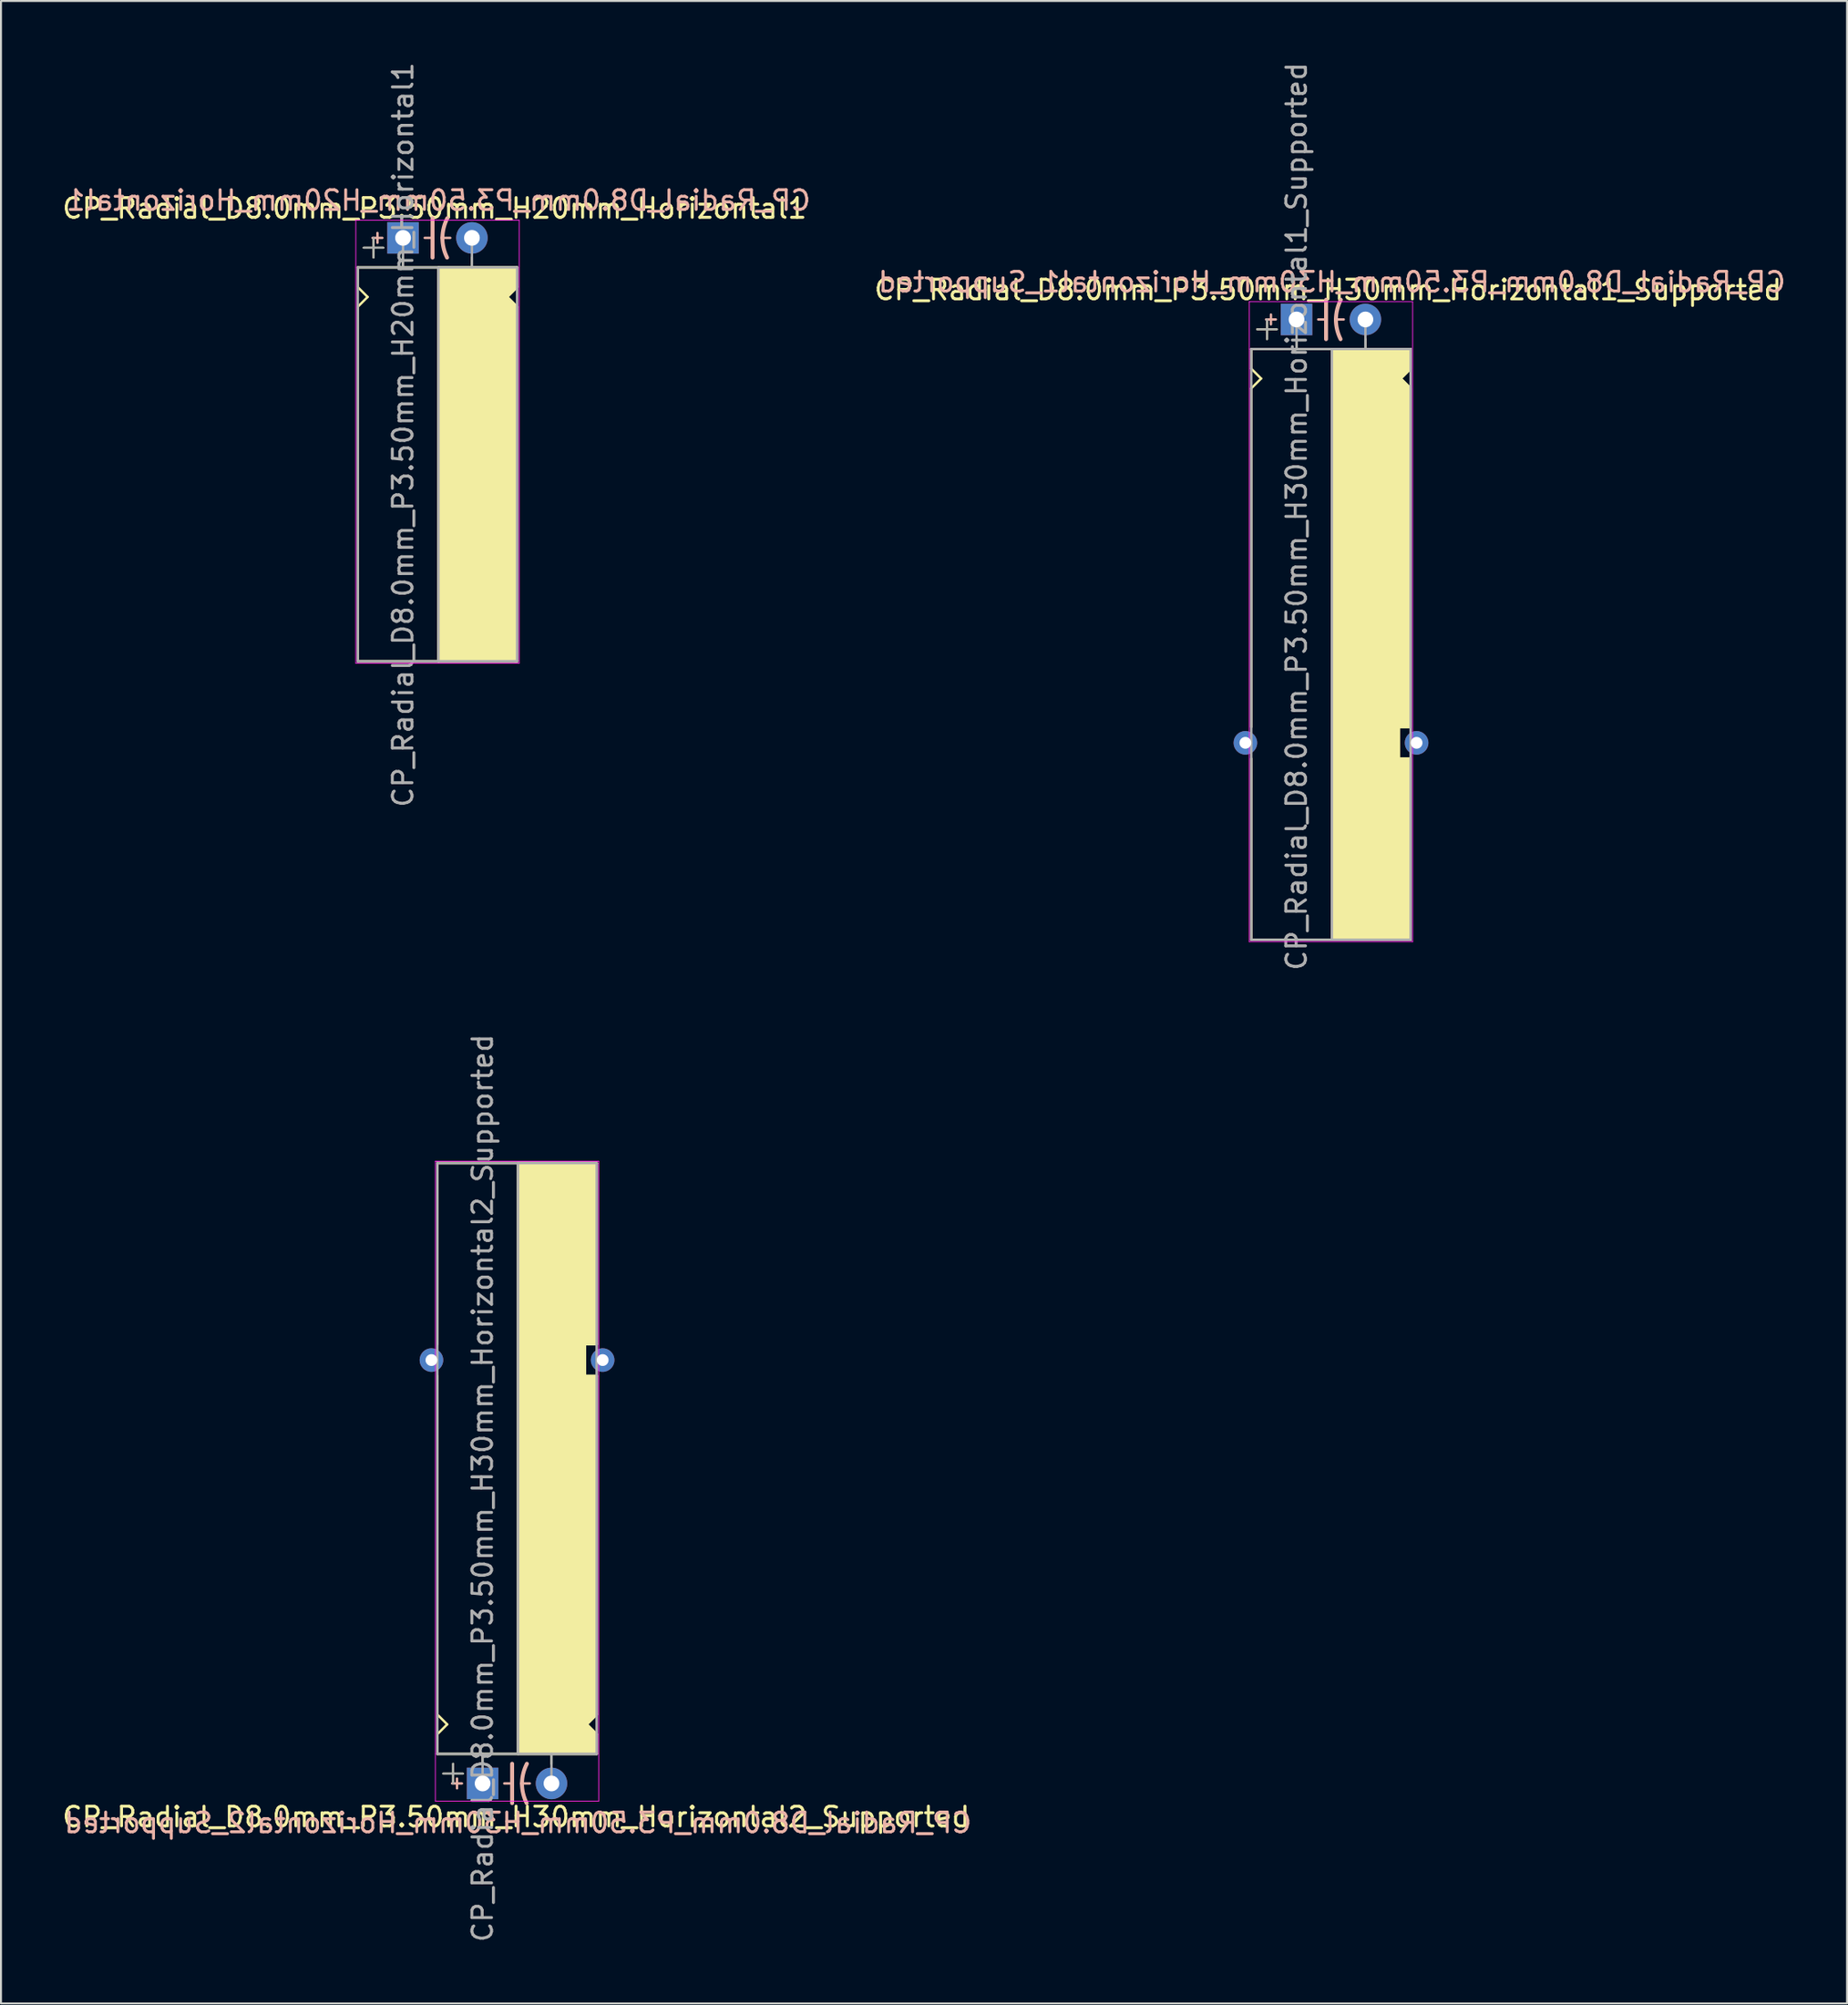
<source format=kicad_pcb>
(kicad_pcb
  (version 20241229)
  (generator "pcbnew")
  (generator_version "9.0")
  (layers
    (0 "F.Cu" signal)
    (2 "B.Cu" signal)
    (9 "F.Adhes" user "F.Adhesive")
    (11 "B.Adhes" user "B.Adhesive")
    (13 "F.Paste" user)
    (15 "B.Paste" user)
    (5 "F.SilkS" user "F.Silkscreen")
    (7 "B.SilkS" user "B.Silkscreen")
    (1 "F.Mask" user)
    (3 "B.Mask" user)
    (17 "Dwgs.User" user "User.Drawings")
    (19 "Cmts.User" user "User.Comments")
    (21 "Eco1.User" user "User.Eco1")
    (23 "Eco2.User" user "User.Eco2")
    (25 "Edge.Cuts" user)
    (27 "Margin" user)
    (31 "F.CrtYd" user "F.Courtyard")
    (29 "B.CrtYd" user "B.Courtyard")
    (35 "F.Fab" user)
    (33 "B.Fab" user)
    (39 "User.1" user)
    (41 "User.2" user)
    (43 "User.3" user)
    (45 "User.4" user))
  (footprint "CP_Radial_D8.0mm_P3.50mm_H30mm_Horizontal2_Supported"
    (layer "F.Cu")
    (at 21.473 87.518)
    (property "Reference" "CP_Radial_D8.0mm_P3.50mm_H30mm_Horizontal2_Supported" (at 1.7 1.7 0) (layer "F.SilkS") (effects (font (size 1 1) (thickness 0.15))))
    (fp_line (start -2.3 -31.5) (end 5.8 -31.5) (stroke (width 0.12) (type solid)) (layer "F.SilkS"))
    (fp_line (start -2.3 -22.3) (end -2.3 -31.5) (stroke (width 0.12) (type solid)) (layer "F.SilkS"))
    (fp_line (start -2.3 -3.5) (end -2.3 -20.7) (stroke (width 0.12) (type solid)) (layer "F.SilkS"))
    (fp_line (start -2.3 -3.5) (end -1.8 -3) (stroke (width 0.12) (type solid)) (layer "F.SilkS"))
    (fp_line (start -2.3 -2.5) (end -2.3 -1.5) (stroke (width 0.12) (type solid)) (layer "F.SilkS"))
    (fp_line (start -2.3 -1.5) (end 5.8 -1.5) (stroke (width 0.12) (type solid)) (layer "F.SilkS"))
    (fp_line (start -2 -0.5) (end -1 -0.5) (stroke (width 0.1) (type solid)) (layer "F.SilkS"))
    (fp_line (start -1.8 -3) (end -2.3 -2.5) (stroke (width 0.12) (type solid)) (layer "F.SilkS"))
    (fp_line (start -1.5 0) (end -1.5 -1) (stroke (width 0.1) (type solid)) (layer "F.SilkS"))
    (fp_line (start 0 -1) (end 0 -1.5) (stroke (width 0.12) (type solid)) (layer "F.SilkS"))
    (fp_line (start 1.8 -31.5) (end 1.8 -1.5) (stroke (width 0.12) (type solid)) (layer "F.SilkS"))
    (fp_line (start 3.5 -1) (end 3.5 -1.5) (stroke (width 0.12) (type solid)) (layer "F.SilkS"))
    (fp_line (start 5.2 -22.3) (end 5.2 -20.7) (stroke (width 0.12) (type solid)) (layer "F.SilkS"))
    (fp_line (start 5.2 -20.7) (end 5.8 -20.7) (stroke (width 0.12) (type solid)) (layer "F.SilkS"))
    (fp_line (start 5.3 -3) (end 5.8 -2.5) (stroke (width 0.12) (type solid)) (layer "F.SilkS"))
    (fp_line (start 5.8 -22.3) (end 5.2 -22.3) (stroke (width 0.12) (type solid)) (layer "F.SilkS"))
    (fp_line (start 5.8 -22.3) (end 5.8 -31.5) (stroke (width 0.12) (type solid)) (layer "F.SilkS"))
    (fp_line (start 5.8 -3.5) (end 5.3 -3) (stroke (width 0.12) (type solid)) (layer "F.SilkS"))
    (fp_line (start 5.8 -3.5) (end 5.8 -20.7) (stroke (width 0.12) (type solid)) (layer "F.SilkS"))
    (fp_line (start 5.8 -2.5) (end 5.8 -1.5) (stroke (width 0.12) (type solid)) (layer "F.SilkS"))
    (fp_poly (pts (xy 5.8 -22.3) (xy 5.2 -22.3) (xy 5.2 -20.7) (xy 5.8 -20.7) (xy 5.8 -3.5) (xy 5.3 -3) (xy 5.8 -2.5) (xy 5.8 -1.5) (xy 1.8 -1.5) (xy 1.8 -31.5) (xy 5.8 -31.5)) (stroke (width 0.1) (type solid)) (fill yes) (layer "F.SilkS"))
    (fp_line (start -1.3 -0.25) (end -1.3 0.25) (stroke (width 0.12) (type solid)) (layer "B.SilkS"))
    (fp_line (start -1.05 0) (end -1.55 0) (stroke (width 0.12) (type solid)) (layer "B.SilkS"))
    (fp_line (start 1.1 0) (end 1.5 0) (stroke (width 0.12) (type solid)) (layer "B.SilkS"))
    (fp_line (start 1.5 1) (end 1.5 -1) (stroke (width 0.2) (type solid)) (layer "B.SilkS"))
    (fp_line (start 2.4 0) (end 2 0) (stroke (width 0.12) (type solid)) (layer "B.SilkS"))
    (fp_arc (start 2 0) (mid 2.066707 -0.514573) (end 2.25 -1) (stroke (width 0.2) (type solid)) (layer "B.SilkS"))
    (fp_arc (start 2.237539 1) (mid 2.060247 0.513901) (end 2 0) (stroke (width 0.2) (type solid)) (layer "B.SilkS"))
    (fp_line (start -2.4 -31.6) (end -2.4 -1.5) (stroke (width 0.04) (type solid)) (layer "F.CrtYd"))
    (fp_line (start -2.4 -1.5) (end -2.4 0.9) (stroke (width 0.04) (type solid)) (layer "F.CrtYd"))
    (fp_line (start -2.4 0.9) (end 5.9 0.9) (stroke (width 0.04) (type solid)) (layer "F.CrtYd"))
    (fp_line (start 5.9 -31.6) (end -2.4 -31.6) (stroke (width 0.04) (type solid)) (layer "F.CrtYd"))
    (fp_line (start 5.9 0.9) (end 5.9 -31.6) (stroke (width 0.04) (type solid)) (layer "F.CrtYd"))
    (fp_line (start -2.3 -31.5) (end -2.3 -1.5) (stroke (width 0.12) (type solid)) (layer "F.Fab"))
    (fp_line (start -2.3 -1.5) (end 5.8 -1.5) (stroke (width 0.12) (type solid)) (layer "F.Fab"))
    (fp_line (start -2 -0.5) (end -1 -0.5) (stroke (width 0.1) (type solid)) (layer "F.Fab"))
    (fp_line (start -1.5 0) (end -1.5 -1) (stroke (width 0.1) (type solid)) (layer "F.Fab"))
    (fp_line (start 0 -1.5) (end 0 0) (stroke (width 0.12) (type solid)) (layer "F.Fab"))
    (fp_line (start 1.8 -1.5) (end 1.8 -31.5) (stroke (width 0.12) (type solid)) (layer "F.Fab"))
    (fp_line (start 3.5 -1.5) (end 3.5 0) (stroke (width 0.12) (type solid)) (layer "F.Fab"))
    (fp_line (start 5.8 -31.5) (end -2.3 -31.5) (stroke (width 0.12) (type solid)) (layer "F.Fab"))
    (fp_line (start 5.8 -1.5) (end 5.8 -31.5) (stroke (width 0.12) (type solid)) (layer "F.Fab"))
    (fp_poly (pts (xy 5.8 -31.5) (xy 1.8 -31.5) (xy 1.8 -1.5) (xy 5.8 -1.5)) (stroke (width 0.1) (type solid)) (fill no) (layer "F.Fab"))
    (fp_text user "${REFERENCE}" (at 1.8 2 0) (layer "B.SilkS") (effects (font (size 1 1) (thickness 0.15)) (justify mirror)))
    (fp_text user "${REFERENCE}" (at 0 -15 90) (layer "F.Fab") (effects (font (size 1 1) (thickness 0.15))))
    (pad "1" thru_hole rect (at 0 0) (size 1.6 1.6) (drill 0.8) (layers "*.Cu" "*.Mask"))
    (pad "2" thru_hole circle (at 3.5 0) (size 1.6 1.6) (drill 0.8) (layers "*.Cu" "*.Mask"))
    (pad "~" thru_hole circle (at -2.6 -21.5 180) (size 1.2 1.2) (drill 0.6) (layers "*.Cu" "*.Mask"))
    (pad "~" thru_hole circle (at 6.1 -21.5 180) (size 1.2 1.2) (drill 0.6) (layers "*.Cu" "*.Mask")))
  (footprint "CP_Radial_D8.0mm_P3.50mm_H20mm_Horizontal1"
    (layer "F.Cu")
    (at 17.43 9.03)
    (property "Reference" "CP_Radial_D8.0mm_P3.50mm_H20mm_Horizontal1" (at 1.6 -1.5 0) (layer "F.SilkS") (effects (font (size 1 1) (thickness 0.15))))
    (fp_line (start -2.3 1.5) (end 5.8 1.5) (stroke (width 0.12) (type solid)) (layer "F.SilkS"))
    (fp_line (start -2.3 2.5) (end -2.3 1.5) (stroke (width 0.12) (type solid)) (layer "F.SilkS"))
    (fp_line (start -2.3 3.5) (end -2.3 21.5) (stroke (width 0.12) (type solid)) (layer "F.SilkS"))
    (fp_line (start -2.3 3.5) (end -1.8 3) (stroke (width 0.12) (type solid)) (layer "F.SilkS"))
    (fp_line (start -2.3 21.5) (end 5.7 21.5) (stroke (width 0.12) (type solid)) (layer "F.SilkS"))
    (fp_line (start -2 0.5) (end -1 0.5) (stroke (width 0.1) (type solid)) (layer "F.SilkS"))
    (fp_line (start -1.8 3) (end -2.3 2.5) (stroke (width 0.12) (type solid)) (layer "F.SilkS"))
    (fp_line (start -1.5 1) (end -1.5 0) (stroke (width 0.1) (type solid)) (layer "F.SilkS"))
    (fp_line (start 0 1) (end 0 1.5) (stroke (width 0.12) (type solid)) (layer "F.SilkS"))
    (fp_line (start 1.8 21.5) (end 1.8 1.5) (stroke (width 0.12) (type solid)) (layer "F.SilkS"))
    (fp_line (start 3.5 1) (end 3.5 1.5) (stroke (width 0.12) (type solid)) (layer "F.SilkS"))
    (fp_line (start 5.3 3) (end 5.8 2.5) (stroke (width 0.12) (type solid)) (layer "F.SilkS"))
    (fp_line (start 5.8 2.5) (end 5.8 1.5) (stroke (width 0.12) (type solid)) (layer "F.SilkS"))
    (fp_line (start 5.8 3.5) (end 5.3 3) (stroke (width 0.12) (type solid)) (layer "F.SilkS"))
    (fp_line (start 5.8 3.5) (end 5.8 21.5) (stroke (width 0.12) (type solid)) (layer "F.SilkS"))
    (fp_line (start 5.8 21.5) (end 5.7 21.5) (stroke (width 0.12) (type solid)) (layer "F.SilkS"))
    (fp_poly (pts (xy 5.8 2.5) (xy 5.3 3) (xy 5.8 3.5) (xy 5.8 21.5) (xy 1.8 21.5) (xy 1.8 1.5) (xy 5.8 1.5)) (stroke (width 0.1) (type solid)) (fill yes) (layer "F.SilkS"))
    (fp_line (start -1.3 -0.25) (end -1.3 0.25) (stroke (width 0.12) (type solid)) (layer "B.SilkS"))
    (fp_line (start -1.05 0) (end -1.55 0) (stroke (width 0.12) (type solid)) (layer "B.SilkS"))
    (fp_line (start 1.1 0) (end 1.5 0) (stroke (width 0.12) (type solid)) (layer "B.SilkS"))
    (fp_line (start 1.5 1) (end 1.5 -1) (stroke (width 0.2) (type solid)) (layer "B.SilkS"))
    (fp_line (start 2.4 0) (end 2 0) (stroke (width 0.12) (type solid)) (layer "B.SilkS"))
    (fp_arc (start 2 0) (mid 2.066707 -0.514573) (end 2.25 -1) (stroke (width 0.2) (type solid)) (layer "B.SilkS"))
    (fp_arc (start 2.237539 1) (mid 2.060247 0.513901) (end 2 0) (stroke (width 0.2) (type solid)) (layer "B.SilkS"))
    (fp_line (start -2.4 -0.9) (end 5.9 -0.9) (stroke (width 0.04) (type solid)) (layer "F.CrtYd"))
    (fp_line (start -2.4 1.5) (end -2.4 -0.9) (stroke (width 0.04) (type solid)) (layer "F.CrtYd"))
    (fp_line (start -2.4 21.6) (end -2.4 1.5) (stroke (width 0.04) (type solid)) (layer "F.CrtYd"))
    (fp_line (start 5.9 -0.9) (end 5.9 21.6) (stroke (width 0.04) (type solid)) (layer "F.CrtYd"))
    (fp_line (start 5.9 21.6) (end -2.4 21.6) (stroke (width 0.04) (type solid)) (layer "F.CrtYd"))
    (fp_line (start -2.3 1.5) (end 5.8 1.5) (stroke (width 0.12) (type solid)) (layer "F.Fab"))
    (fp_line (start -2.3 21.5) (end -2.3 1.5) (stroke (width 0.12) (type solid)) (layer "F.Fab"))
    (fp_line (start -2 0.5) (end -1 0.5) (stroke (width 0.1) (type solid)) (layer "F.Fab"))
    (fp_line (start -1.5 1) (end -1.5 0) (stroke (width 0.1) (type solid)) (layer "F.Fab"))
    (fp_line (start 0 1.5) (end 0 0) (stroke (width 0.12) (type solid)) (layer "F.Fab"))
    (fp_line (start 1.8 1.5) (end 1.8 21.5) (stroke (width 0.12) (type solid)) (layer "F.Fab"))
    (fp_line (start 3.5 1.5) (end 3.5 0) (stroke (width 0.12) (type solid)) (layer "F.Fab"))
    (fp_line (start 5.8 1.5) (end 5.8 21.5) (stroke (width 0.12) (type solid)) (layer "F.Fab"))
    (fp_line (start 5.8 21.5) (end -2.3 21.5) (stroke (width 0.12) (type solid)) (layer "F.Fab"))
    (fp_poly (pts (xy 5.8 21.5) (xy 1.8 21.5) (xy 1.8 1.5) (xy 5.8 1.5)) (stroke (width 0.1) (type solid)) (fill no) (layer "F.Fab"))
    (fp_text user "${REFERENCE}" (at 1.8 -1.9 0) (layer "B.SilkS") (effects (font (size 1 1) (thickness 0.15)) (justify mirror)))
    (fp_text user "${REFERENCE}" (at 0 10 90) (layer "F.Fab") (effects (font (size 1 1) (thickness 0.15))))
    (pad "1" thru_hole rect (at 0 0) (size 1.6 1.6) (drill 0.8) (layers "*.Cu" "*.Mask"))
    (pad "2" thru_hole circle (at 3.5 0) (size 1.6 1.6) (drill 0.8) (layers "*.Cu" "*.Mask")))
  (footprint "CP_Radial_D8.0mm_P3.50mm_H30mm_Horizontal1_Supported"
    (layer "F.Cu")
    (at 62.832 13.173)
    (property "Reference" "CP_Radial_D8.0mm_P3.50mm_H30mm_Horizontal1_Supported" (at 1.6 -1.5 0) (layer "F.SilkS") (effects (font (size 1 1) (thickness 0.15))))
    (fp_line (start -2.3 1.5) (end 5.8 1.5) (stroke (width 0.12) (type solid)) (layer "F.SilkS"))
    (fp_line (start -2.3 2.5) (end -2.3 1.5) (stroke (width 0.12) (type solid)) (layer "F.SilkS"))
    (fp_line (start -2.3 3.5) (end -2.3 20.7) (stroke (width 0.12) (type solid)) (layer "F.SilkS"))
    (fp_line (start -2.3 3.5) (end -1.8 3) (stroke (width 0.12) (type solid)) (layer "F.SilkS"))
    (fp_line (start -2.3 22.3) (end -2.3 31.5) (stroke (width 0.12) (type solid)) (layer "F.SilkS"))
    (fp_line (start -2.3 31.5) (end 5.8 31.5) (stroke (width 0.12) (type solid)) (layer "F.SilkS"))
    (fp_line (start -2 0.5) (end -1 0.5) (stroke (width 0.1) (type solid)) (layer "F.SilkS"))
    (fp_line (start -1.8 3) (end -2.3 2.5) (stroke (width 0.12) (type solid)) (layer "F.SilkS"))
    (fp_line (start -1.5 1) (end -1.5 0) (stroke (width 0.1) (type solid)) (layer "F.SilkS"))
    (fp_line (start 0 1) (end 0 1.5) (stroke (width 0.12) (type solid)) (layer "F.SilkS"))
    (fp_line (start 1.8 31.5) (end 1.8 1.5) (stroke (width 0.12) (type solid)) (layer "F.SilkS"))
    (fp_line (start 3.5 1) (end 3.5 1.5) (stroke (width 0.12) (type solid)) (layer "F.SilkS"))
    (fp_line (start 5.2 20.7) (end 5.8 20.7) (stroke (width 0.12) (type solid)) (layer "F.SilkS"))
    (fp_line (start 5.2 22.3) (end 5.2 20.7) (stroke (width 0.12) (type solid)) (layer "F.SilkS"))
    (fp_line (start 5.3 3) (end 5.8 2.5) (stroke (width 0.12) (type solid)) (layer "F.SilkS"))
    (fp_line (start 5.8 2.5) (end 5.8 1.5) (stroke (width 0.12) (type solid)) (layer "F.SilkS"))
    (fp_line (start 5.8 3.5) (end 5.3 3) (stroke (width 0.12) (type solid)) (layer "F.SilkS"))
    (fp_line (start 5.8 3.5) (end 5.8 20.7) (stroke (width 0.12) (type solid)) (layer "F.SilkS"))
    (fp_line (start 5.8 22.3) (end 5.2 22.3) (stroke (width 0.12) (type solid)) (layer "F.SilkS"))
    (fp_line (start 5.8 22.3) (end 5.8 31.5) (stroke (width 0.12) (type solid)) (layer "F.SilkS"))
    (fp_poly (pts (xy 5.8 2.5) (xy 5.3 3) (xy 5.8 3.5) (xy 5.8 20.7) (xy 5.2 20.7) (xy 5.2 22.3) (xy 5.8 22.3) (xy 5.8 31.5) (xy 1.8 31.5) (xy 1.8 1.5) (xy 5.8 1.5)) (stroke (width 0.1) (type solid)) (fill yes) (layer "F.SilkS"))
    (fp_line (start -1.3 -0.25) (end -1.3 0.25) (stroke (width 0.12) (type solid)) (layer "B.SilkS"))
    (fp_line (start -1.05 0) (end -1.55 0) (stroke (width 0.12) (type solid)) (layer "B.SilkS"))
    (fp_line (start 1.1 0) (end 1.5 0) (stroke (width 0.12) (type solid)) (layer "B.SilkS"))
    (fp_line (start 1.5 1) (end 1.5 -1) (stroke (width 0.2) (type solid)) (layer "B.SilkS"))
    (fp_line (start 2.4 0) (end 2 0) (stroke (width 0.12) (type solid)) (layer "B.SilkS"))
    (fp_arc (start 2 0) (mid 2.066707 -0.514573) (end 2.25 -1) (stroke (width 0.2) (type solid)) (layer "B.SilkS"))
    (fp_arc (start 2.237539 1) (mid 2.060247 0.513901) (end 2 0) (stroke (width 0.2) (type solid)) (layer "B.SilkS"))
    (fp_line (start -2.4 -0.9) (end 5.9 -0.9) (stroke (width 0.04) (type solid)) (layer "F.CrtYd"))
    (fp_line (start -2.4 1.5) (end -2.4 -0.9) (stroke (width 0.04) (type solid)) (layer "F.CrtYd"))
    (fp_line (start -2.4 31.6) (end -2.4 1.5) (stroke (width 0.04) (type solid)) (layer "F.CrtYd"))
    (fp_line (start 5.9 -0.9) (end 5.9 31.6) (stroke (width 0.04) (type solid)) (layer "F.CrtYd"))
    (fp_line (start 5.9 31.6) (end -2.4 31.6) (stroke (width 0.04) (type solid)) (layer "F.CrtYd"))
    (fp_line (start -2.3 1.5) (end 5.8 1.5) (stroke (width 0.12) (type solid)) (layer "F.Fab"))
    (fp_line (start -2.3 31.5) (end -2.3 1.5) (stroke (width 0.12) (type solid)) (layer "F.Fab"))
    (fp_line (start -2 0.5) (end -1 0.5) (stroke (width 0.1) (type solid)) (layer "F.Fab"))
    (fp_line (start -1.5 1) (end -1.5 0) (stroke (width 0.1) (type solid)) (layer "F.Fab"))
    (fp_line (start 0 1.5) (end 0 0) (stroke (width 0.12) (type solid)) (layer "F.Fab"))
    (fp_line (start 1.8 1.5) (end 1.8 31.5) (stroke (width 0.12) (type solid)) (layer "F.Fab"))
    (fp_line (start 3.5 1.5) (end 3.5 0) (stroke (width 0.12) (type solid)) (layer "F.Fab"))
    (fp_line (start 5.8 1.5) (end 5.8 31.5) (stroke (width 0.12) (type solid)) (layer "F.Fab"))
    (fp_line (start 5.8 31.5) (end -2.3 31.5) (stroke (width 0.12) (type solid)) (layer "F.Fab"))
    (fp_poly (pts (xy 5.8 31.5) (xy 1.8 31.5) (xy 1.8 1.5) (xy 5.8 1.5)) (stroke (width 0.1) (type solid)) (fill no) (layer "F.Fab"))
    (fp_text user "${REFERENCE}" (at 1.8 -1.9 0) (layer "B.SilkS") (effects (font (size 1 1) (thickness 0.15)) (justify mirror)))
    (fp_text user "${REFERENCE}" (at 0 10 90) (layer "F.Fab") (effects (font (size 1 1) (thickness 0.15))))
    (pad "1" thru_hole rect (at 0 0) (size 1.6 1.6) (drill 0.8) (layers "*.Cu" "*.Mask"))
    (pad "2" thru_hole circle (at 3.5 0) (size 1.6 1.6) (drill 0.8) (layers "*.Cu" "*.Mask"))
    (pad "~" thru_hole circle (at -2.6 21.5) (size 1.2 1.2) (drill 0.6) (layers "*.Cu" "*.Mask"))
    (pad "~" thru_hole circle (at 6.1 21.5) (size 1.2 1.2) (drill 0.6) (layers "*.Cu" "*.Mask")))
  (gr_rect
    (start -3 -3)
    (end 90.805 98.69)
    (stroke (width 0.1) (type default))
    (fill no)
    (layer "Edge.Cuts")))
</source>
